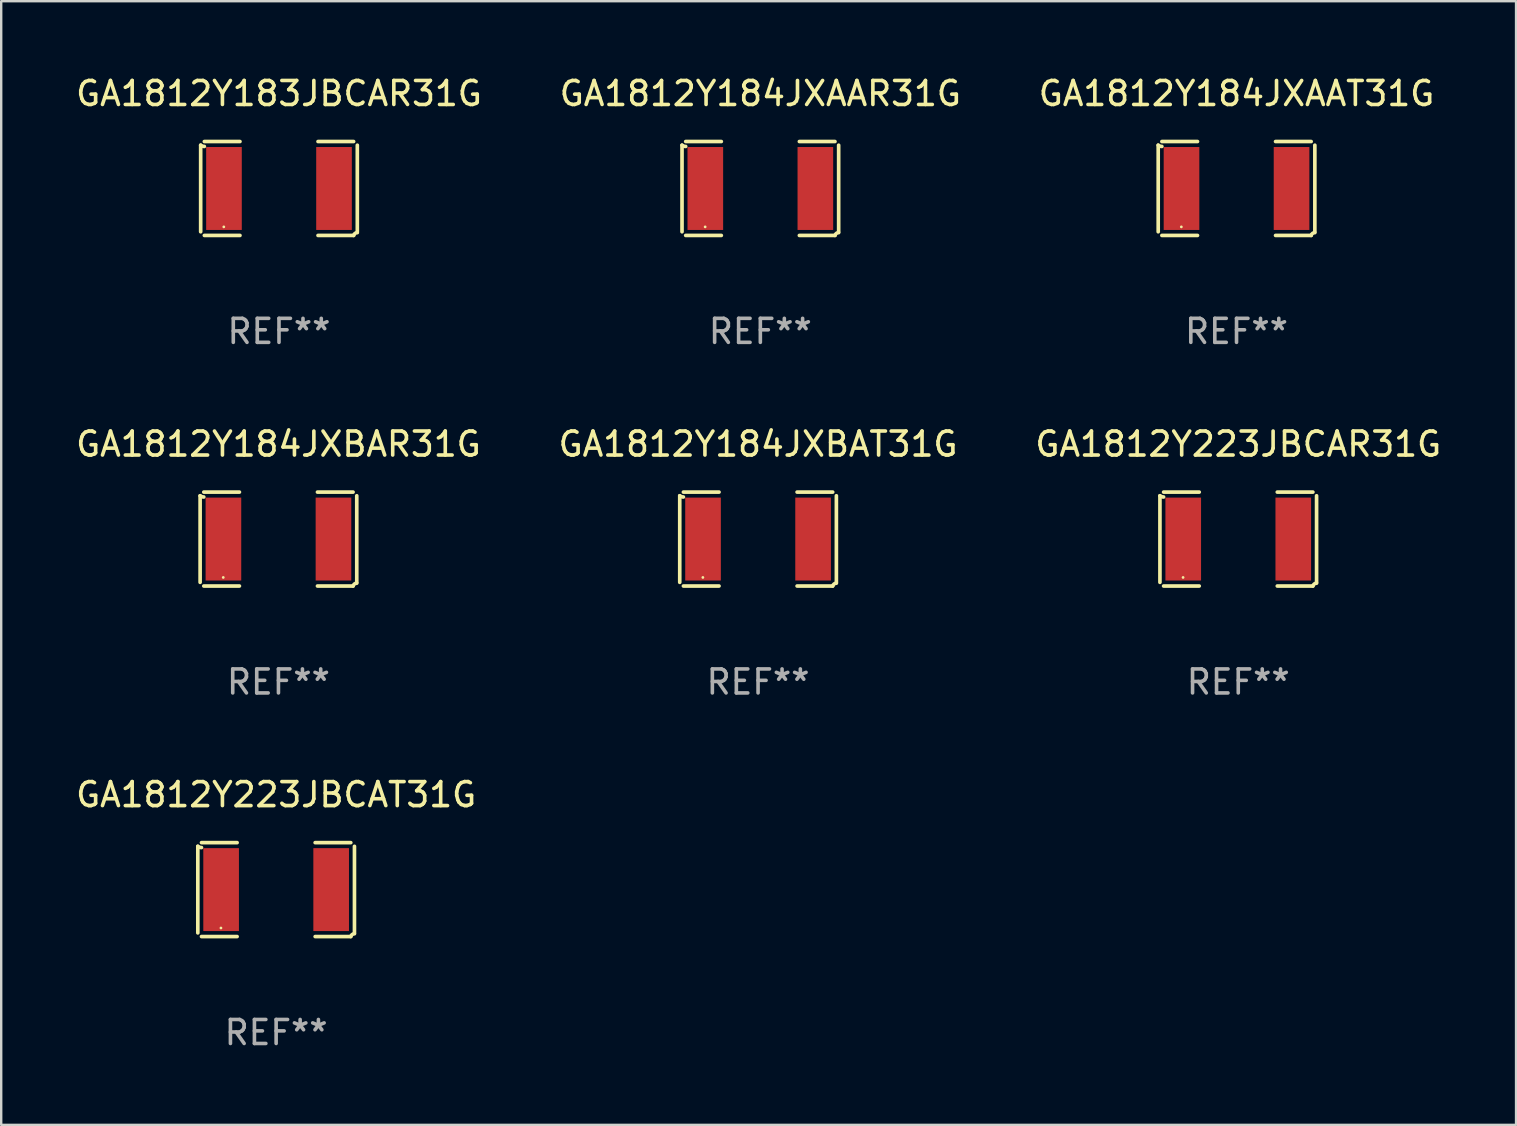
<source format=kicad_pcb>
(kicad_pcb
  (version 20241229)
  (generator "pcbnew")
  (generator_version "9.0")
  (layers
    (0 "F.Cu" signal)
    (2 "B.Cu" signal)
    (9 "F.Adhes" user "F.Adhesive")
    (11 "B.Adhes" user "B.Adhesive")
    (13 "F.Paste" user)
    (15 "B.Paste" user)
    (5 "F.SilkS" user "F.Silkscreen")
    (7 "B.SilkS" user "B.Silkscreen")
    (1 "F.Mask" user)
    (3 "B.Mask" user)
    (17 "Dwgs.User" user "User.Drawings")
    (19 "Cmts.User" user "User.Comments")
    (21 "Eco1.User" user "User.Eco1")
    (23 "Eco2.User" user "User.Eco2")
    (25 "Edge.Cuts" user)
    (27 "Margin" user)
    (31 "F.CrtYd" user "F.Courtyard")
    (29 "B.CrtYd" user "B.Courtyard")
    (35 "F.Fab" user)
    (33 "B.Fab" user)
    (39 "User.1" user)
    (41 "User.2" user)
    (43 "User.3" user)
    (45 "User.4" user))
  (footprint "GA1812Y184JXBAR31G"
    (layer "F.Cu")
    (at 8.554 19.415)
    (property "Reference" "GA1812Y184JXBAR31G" (at 0 -3.957 0) (layer "F.SilkS") (effects (font (size 1 1) (thickness 0.15))))
    (attr through_hole)
    (fp_line (start -3.264 1.804) (end -3.264 -1.804) (stroke (width 0.152) (type solid)) (layer "F.SilkS"))
    (fp_line (start -3.111 -1.957) (end -1.626 -1.957) (stroke (width 0.152) (type solid)) (layer "F.SilkS"))
    (fp_line (start -1.626 1.957) (end -3.111 1.957) (stroke (width 0.152) (type solid)) (layer "F.SilkS"))
    (fp_line (start 1.626 1.957) (end 3.111 1.957) (stroke (width 0.152) (type solid)) (layer "F.SilkS"))
    (fp_line (start 3.111 -1.957) (end 1.626 -1.957) (stroke (width 0.152) (type solid)) (layer "F.SilkS"))
    (fp_line (start 3.264 1.804) (end 3.264 -1.804) (stroke (width 0.152) (type solid)) (layer "F.SilkS"))
    (fp_arc (start -3.111202 -1.752192) (mid -3.191715 -1.76555) (end -3.263602 -1.804191) (stroke (width 0.1524) (type solid)) (layer "F.SilkS"))
    (fp_arc (start 3.111201 1.956591) (mid 3.167789 1.872777) (end 3.263602 1.840424) (stroke (width 0.1524) (type solid)) (layer "F.SilkS"))
    (fp_circle (center -2.3 1.6) (end -2.27 1.6) (stroke (width 0.06) (type solid)) (fill no) (layer "F.SilkS"))
    (fp_text user "REF**" (at 0 5.957 0) (layer "F.Fab") (effects (font (size 1 1) (thickness 0.15))))
    (pad "1" smd rect (at -2.293 0) (size 1.485 3.456) (layers "F.Cu" "F.Mask" "F.Paste"))
    (pad "2" smd rect (at 2.293 0) (size 1.485 3.456) (layers "F.Cu" "F.Mask" "F.Paste")))
  (footprint "GA1812Y184JXBAT31G"
    (layer "F.Cu")
    (at 28.542 19.415)
    (property "Reference" "GA1812Y184JXBAT31G" (at 0 -3.957 0) (layer "F.SilkS") (effects (font (size 1 1) (thickness 0.15))))
    (attr through_hole)
    (fp_line (start -3.264 1.804) (end -3.264 -1.804) (stroke (width 0.152) (type solid)) (layer "F.SilkS"))
    (fp_line (start -3.111 -1.957) (end -1.626 -1.957) (stroke (width 0.152) (type solid)) (layer "F.SilkS"))
    (fp_line (start -1.626 1.957) (end -3.111 1.957) (stroke (width 0.152) (type solid)) (layer "F.SilkS"))
    (fp_line (start 1.626 1.957) (end 3.111 1.957) (stroke (width 0.152) (type solid)) (layer "F.SilkS"))
    (fp_line (start 3.111 -1.957) (end 1.626 -1.957) (stroke (width 0.152) (type solid)) (layer "F.SilkS"))
    (fp_line (start 3.264 1.804) (end 3.264 -1.804) (stroke (width 0.152) (type solid)) (layer "F.SilkS"))
    (fp_arc (start -3.111202 -1.752192) (mid -3.191715 -1.76555) (end -3.263602 -1.804191) (stroke (width 0.1524) (type solid)) (layer "F.SilkS"))
    (fp_arc (start 3.111201 1.956591) (mid 3.167789 1.872777) (end 3.263602 1.840424) (stroke (width 0.1524) (type solid)) (layer "F.SilkS"))
    (fp_circle (center -2.3 1.6) (end -2.27 1.6) (stroke (width 0.06) (type solid)) (fill no) (layer "F.SilkS"))
    (fp_text user "REF**" (at 0 5.957 0) (layer "F.Fab") (effects (font (size 1 1) (thickness 0.15))))
    (pad "1" smd rect (at -2.293 0) (size 1.485 3.456) (layers "F.Cu" "F.Mask" "F.Paste"))
    (pad "2" smd rect (at 2.293 0) (size 1.485 3.456) (layers "F.Cu" "F.Mask" "F.Paste")))
  (footprint "GA1812Y183JBCAR31G"
    (layer "F.Cu")
    (at 8.577 4.805)
    (property "Reference" "GA1812Y183JBCAR31G" (at 0 -3.957 0) (layer "F.SilkS") (effects (font (size 1 1) (thickness 0.15))))
    (attr through_hole)
    (fp_line (start -3.264 1.804) (end -3.264 -1.804) (stroke (width 0.152) (type solid)) (layer "F.SilkS"))
    (fp_line (start -3.111 -1.957) (end -1.626 -1.957) (stroke (width 0.152) (type solid)) (layer "F.SilkS"))
    (fp_line (start -1.626 1.957) (end -3.111 1.957) (stroke (width 0.152) (type solid)) (layer "F.SilkS"))
    (fp_line (start 1.626 1.957) (end 3.111 1.957) (stroke (width 0.152) (type solid)) (layer "F.SilkS"))
    (fp_line (start 3.111 -1.957) (end 1.626 -1.957) (stroke (width 0.152) (type solid)) (layer "F.SilkS"))
    (fp_line (start 3.264 1.804) (end 3.264 -1.804) (stroke (width 0.152) (type solid)) (layer "F.SilkS"))
    (fp_arc (start -3.111202 -1.752192) (mid -3.191715 -1.76555) (end -3.263602 -1.804191) (stroke (width 0.1524) (type solid)) (layer "F.SilkS"))
    (fp_arc (start 3.111201 1.956591) (mid 3.167789 1.872777) (end 3.263602 1.840424) (stroke (width 0.1524) (type solid)) (layer "F.SilkS"))
    (fp_circle (center -2.3 1.6) (end -2.27 1.6) (stroke (width 0.06) (type solid)) (fill no) (layer "F.SilkS"))
    (fp_text user "REF**" (at 0 5.957 0) (layer "F.Fab") (effects (font (size 1 1) (thickness 0.15))))
    (pad "1" smd rect (at -2.293 0) (size 1.485 3.456) (layers "F.Cu" "F.Mask" "F.Paste"))
    (pad "2" smd rect (at 2.293 0) (size 1.485 3.456) (layers "F.Cu" "F.Mask" "F.Paste")))
  (footprint "GA1812Y184JXAAT31G"
    (layer "F.Cu")
    (at 48.482 4.805)
    (property "Reference" "GA1812Y184JXAAT31G" (at 0 -3.957 0) (layer "F.SilkS") (effects (font (size 1 1) (thickness 0.15))))
    (attr through_hole)
    (fp_line (start -3.264 1.804) (end -3.264 -1.804) (stroke (width 0.152) (type solid)) (layer "F.SilkS"))
    (fp_line (start -3.111 -1.957) (end -1.626 -1.957) (stroke (width 0.152) (type solid)) (layer "F.SilkS"))
    (fp_line (start -1.626 1.957) (end -3.111 1.957) (stroke (width 0.152) (type solid)) (layer "F.SilkS"))
    (fp_line (start 1.626 1.957) (end 3.111 1.957) (stroke (width 0.152) (type solid)) (layer "F.SilkS"))
    (fp_line (start 3.111 -1.957) (end 1.626 -1.957) (stroke (width 0.152) (type solid)) (layer "F.SilkS"))
    (fp_line (start 3.264 1.804) (end 3.264 -1.804) (stroke (width 0.152) (type solid)) (layer "F.SilkS"))
    (fp_arc (start -3.111202 -1.752192) (mid -3.191715 -1.76555) (end -3.263602 -1.804191) (stroke (width 0.1524) (type solid)) (layer "F.SilkS"))
    (fp_arc (start 3.111201 1.956591) (mid 3.167789 1.872777) (end 3.263602 1.840424) (stroke (width 0.1524) (type solid)) (layer "F.SilkS"))
    (fp_circle (center -2.3 1.6) (end -2.27 1.6) (stroke (width 0.06) (type solid)) (fill no) (layer "F.SilkS"))
    (fp_text user "REF**" (at 0 5.957 0) (layer "F.Fab") (effects (font (size 1 1) (thickness 0.15))))
    (pad "1" smd rect (at -2.293 0) (size 1.485 3.456) (layers "F.Cu" "F.Mask" "F.Paste"))
    (pad "2" smd rect (at 2.293 0) (size 1.485 3.456) (layers "F.Cu" "F.Mask" "F.Paste")))
  (footprint "GA1812Y223JBCAT31G"
    (layer "F.Cu")
    (at 8.458 34.024)
    (property "Reference" "GA1812Y223JBCAT31G" (at 0 -3.957 0) (layer "F.SilkS") (effects (font (size 1 1) (thickness 0.15))))
    (attr through_hole)
    (fp_line (start -3.264 1.804) (end -3.264 -1.804) (stroke (width 0.152) (type solid)) (layer "F.SilkS"))
    (fp_line (start -3.111 -1.957) (end -1.626 -1.957) (stroke (width 0.152) (type solid)) (layer "F.SilkS"))
    (fp_line (start -1.626 1.957) (end -3.111 1.957) (stroke (width 0.152) (type solid)) (layer "F.SilkS"))
    (fp_line (start 1.626 1.957) (end 3.111 1.957) (stroke (width 0.152) (type solid)) (layer "F.SilkS"))
    (fp_line (start 3.111 -1.957) (end 1.626 -1.957) (stroke (width 0.152) (type solid)) (layer "F.SilkS"))
    (fp_line (start 3.264 1.804) (end 3.264 -1.804) (stroke (width 0.152) (type solid)) (layer "F.SilkS"))
    (fp_arc (start -3.111202 -1.752192) (mid -3.191715 -1.76555) (end -3.263602 -1.804191) (stroke (width 0.1524) (type solid)) (layer "F.SilkS"))
    (fp_arc (start 3.111201 1.956591) (mid 3.167789 1.872777) (end 3.263602 1.840424) (stroke (width 0.1524) (type solid)) (layer "F.SilkS"))
    (fp_circle (center -2.3 1.6) (end -2.27 1.6) (stroke (width 0.06) (type solid)) (fill no) (layer "F.SilkS"))
    (fp_text user "REF**" (at 0 5.957 0) (layer "F.Fab") (effects (font (size 1 1) (thickness 0.15))))
    (pad "1" smd rect (at -2.293 0) (size 1.485 3.456) (layers "F.Cu" "F.Mask" "F.Paste"))
    (pad "2" smd rect (at 2.293 0) (size 1.485 3.456) (layers "F.Cu" "F.Mask" "F.Paste")))
  (footprint "GA1812Y184JXAAR31G"
    (layer "F.Cu")
    (at 28.637 4.805)
    (property "Reference" "GA1812Y184JXAAR31G" (at 0 -3.957 0) (layer "F.SilkS") (effects (font (size 1 1) (thickness 0.15))))
    (attr through_hole)
    (fp_line (start -3.264 1.804) (end -3.264 -1.804) (stroke (width 0.152) (type solid)) (layer "F.SilkS"))
    (fp_line (start -3.111 -1.957) (end -1.626 -1.957) (stroke (width 0.152) (type solid)) (layer "F.SilkS"))
    (fp_line (start -1.626 1.957) (end -3.111 1.957) (stroke (width 0.152) (type solid)) (layer "F.SilkS"))
    (fp_line (start 1.626 1.957) (end 3.111 1.957) (stroke (width 0.152) (type solid)) (layer "F.SilkS"))
    (fp_line (start 3.111 -1.957) (end 1.626 -1.957) (stroke (width 0.152) (type solid)) (layer "F.SilkS"))
    (fp_line (start 3.264 1.804) (end 3.264 -1.804) (stroke (width 0.152) (type solid)) (layer "F.SilkS"))
    (fp_arc (start -3.111202 -1.752192) (mid -3.191715 -1.76555) (end -3.263602 -1.804191) (stroke (width 0.1524) (type solid)) (layer "F.SilkS"))
    (fp_arc (start 3.111201 1.956591) (mid 3.167789 1.872777) (end 3.263602 1.840424) (stroke (width 0.1524) (type solid)) (layer "F.SilkS"))
    (fp_circle (center -2.3 1.6) (end -2.27 1.6) (stroke (width 0.06) (type solid)) (fill no) (layer "F.SilkS"))
    (fp_text user "REF**" (at 0 5.957 0) (layer "F.Fab") (effects (font (size 1 1) (thickness 0.15))))
    (pad "1" smd rect (at -2.293 0) (size 1.485 3.456) (layers "F.Cu" "F.Mask" "F.Paste"))
    (pad "2" smd rect (at 2.293 0) (size 1.485 3.456) (layers "F.Cu" "F.Mask" "F.Paste")))
  (footprint "GA1812Y223JBCAR31G"
    (layer "F.Cu")
    (at 48.554 19.415)
    (property "Reference" "GA1812Y223JBCAR31G" (at 0 -3.957 0) (layer "F.SilkS") (effects (font (size 1 1) (thickness 0.15))))
    (attr through_hole)
    (fp_line (start -3.264 1.804) (end -3.264 -1.804) (stroke (width 0.152) (type solid)) (layer "F.SilkS"))
    (fp_line (start -3.111 -1.957) (end -1.626 -1.957) (stroke (width 0.152) (type solid)) (layer "F.SilkS"))
    (fp_line (start -1.626 1.957) (end -3.111 1.957) (stroke (width 0.152) (type solid)) (layer "F.SilkS"))
    (fp_line (start 1.626 1.957) (end 3.111 1.957) (stroke (width 0.152) (type solid)) (layer "F.SilkS"))
    (fp_line (start 3.111 -1.957) (end 1.626 -1.957) (stroke (width 0.152) (type solid)) (layer "F.SilkS"))
    (fp_line (start 3.264 1.804) (end 3.264 -1.804) (stroke (width 0.152) (type solid)) (layer "F.SilkS"))
    (fp_arc (start -3.111202 -1.752192) (mid -3.191715 -1.76555) (end -3.263602 -1.804191) (stroke (width 0.1524) (type solid)) (layer "F.SilkS"))
    (fp_arc (start 3.111201 1.956591) (mid 3.167789 1.872777) (end 3.263602 1.840424) (stroke (width 0.1524) (type solid)) (layer "F.SilkS"))
    (fp_circle (center -2.3 1.6) (end -2.27 1.6) (stroke (width 0.06) (type solid)) (fill no) (layer "F.SilkS"))
    (fp_text user "REF**" (at 0 5.957 0) (layer "F.Fab") (effects (font (size 1 1) (thickness 0.15))))
    (pad "1" smd rect (at -2.293 0) (size 1.485 3.456) (layers "F.Cu" "F.Mask" "F.Paste"))
    (pad "2" smd rect (at 2.293 0) (size 1.485 3.456) (layers "F.Cu" "F.Mask" "F.Paste")))
  (gr_rect
    (start -3 -3)
    (end 60.131 43.829)
    (stroke (width 0.1) (type default))
    (fill no)
    (layer "Edge.Cuts")))
</source>
